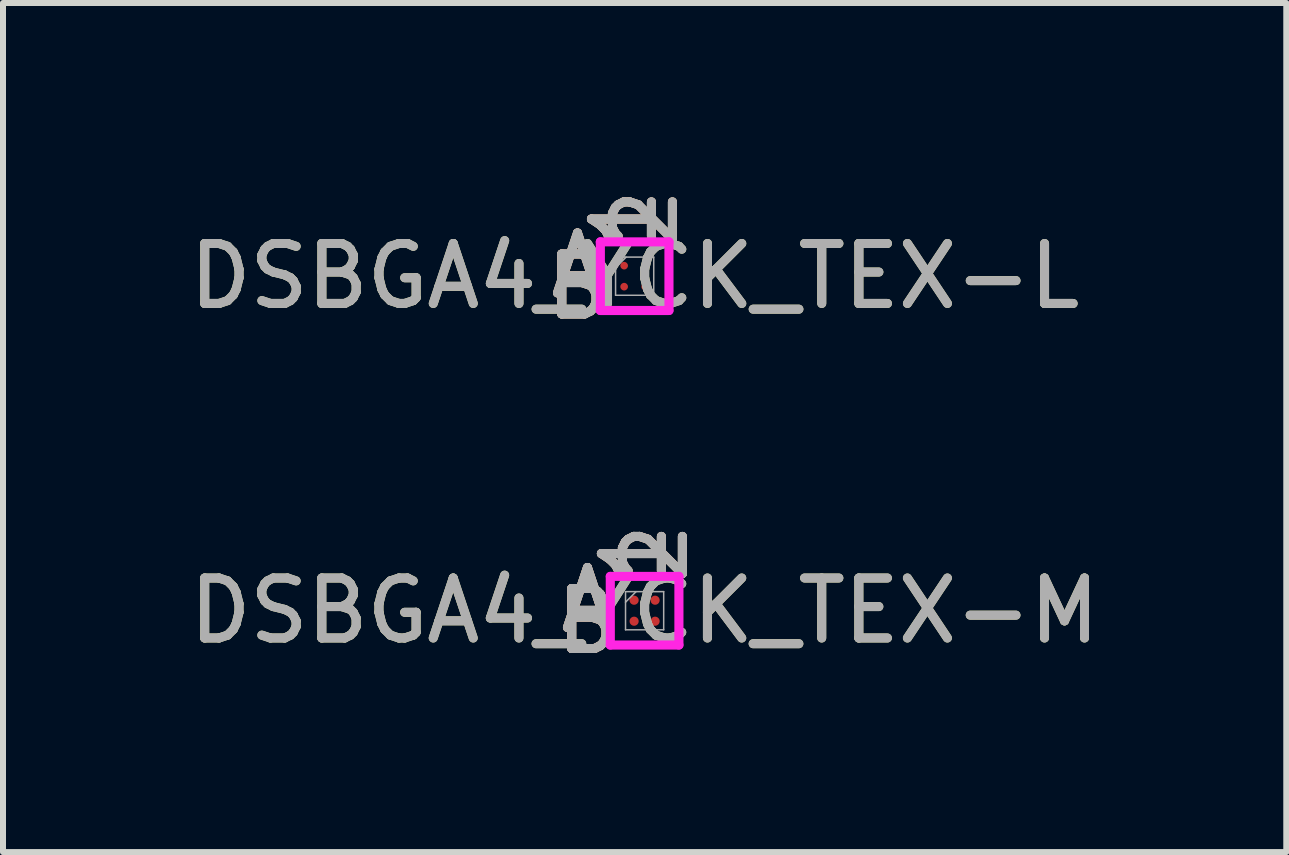
<source format=kicad_pcb>
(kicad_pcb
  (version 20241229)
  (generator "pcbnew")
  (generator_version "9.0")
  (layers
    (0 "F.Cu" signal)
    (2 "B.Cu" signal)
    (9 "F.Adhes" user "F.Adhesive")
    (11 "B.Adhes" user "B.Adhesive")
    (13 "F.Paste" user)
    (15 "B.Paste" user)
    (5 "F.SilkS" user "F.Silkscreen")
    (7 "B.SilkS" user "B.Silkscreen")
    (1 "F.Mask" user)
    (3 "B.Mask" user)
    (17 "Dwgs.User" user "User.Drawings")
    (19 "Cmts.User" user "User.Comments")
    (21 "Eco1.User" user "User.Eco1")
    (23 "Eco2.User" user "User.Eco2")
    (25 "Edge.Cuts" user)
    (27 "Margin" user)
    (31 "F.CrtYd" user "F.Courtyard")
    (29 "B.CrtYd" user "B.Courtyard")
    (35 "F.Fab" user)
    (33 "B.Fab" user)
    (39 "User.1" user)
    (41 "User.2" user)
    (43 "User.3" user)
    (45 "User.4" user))
  (footprint "DSBGA4_YCK_TEX-L"
    (layer "F.Cu")
    (at 7.53 1.554)
    (property "Reference" "DSBGA4_YCK_TEX-L" (at 0 0 0) (unlocked yes) (layer "F.SilkS") (effects (font (size 1 1) (thickness 0.15))))
    (attr smd)
    (fp_poly (pts (xy -0.794 -0.795) (xy 0.794 -0.795) (xy 0.794 0.795) (xy -0.794 0.795)) (stroke (width 0.1) (type solid)) (fill no) (layer "Eco2.User"))
    (fp_line (start -0.572 -0.572) (end 0.572 -0.572) (stroke (width 0.152) (type solid)) (layer "F.CrtYd"))
    (fp_line (start -0.572 0.572) (end -0.572 -0.572) (stroke (width 0.152) (type solid)) (layer "F.CrtYd"))
    (fp_line (start 0.572 -0.572) (end 0.572 0.572) (stroke (width 0.152) (type solid)) (layer "F.CrtYd"))
    (fp_line (start 0.572 0.572) (end -0.572 0.572) (stroke (width 0.152) (type solid)) (layer "F.CrtYd"))
    (fp_line (start -0.318 -0.318) (end -0.318 0.318) (stroke (width 0.025) (type solid)) (layer "F.Fab"))
    (fp_line (start -0.318 0.318) (end 0.318 0.318) (stroke (width 0.025) (type solid)) (layer "F.Fab"))
    (fp_line (start -0.142 -0.318) (end -0.318 -0.142) (stroke (width 0.025) (type solid)) (layer "F.Fab"))
    (fp_line (start 0.318 -0.318) (end -0.318 -0.318) (stroke (width 0.025) (type solid)) (layer "F.Fab"))
    (fp_line (start 0.318 0.318) (end 0.318 -0.318) (stroke (width 0.025) (type solid)) (layer "F.Fab"))
    (fp_text user "2" (at 0.175 -0.953 90) (unlocked yes) (layer "F.SilkS") (effects (font (size 1 1) (thickness 0.15))))
    (fp_text user "B" (at -0.953 0.175 0) (unlocked yes) (layer "F.SilkS") (effects (font (size 1 1) (thickness 0.15))))
    (fp_text user "1" (at -0.175 -0.953 90) (unlocked yes) (layer "F.SilkS") (effects (font (size 1 1) (thickness 0.15))))
    (fp_text user "A" (at -0.953 -0.175 0) (unlocked yes) (layer "F.SilkS") (effects (font (size 1 1) (thickness 0.15))))
    (fp_text user "A" (at -0.953 -0.175 0) (unlocked yes) (layer "B.SilkS") (effects (font (size 1 1) (thickness 0.15))))
    (fp_text user "2" (at 0.175 -0.953 90) (unlocked yes) (layer "B.SilkS") (effects (font (size 1 1) (thickness 0.15))))
    (fp_text user "1" (at -0.175 -0.953 90) (unlocked yes) (layer "B.SilkS") (effects (font (size 1 1) (thickness 0.15))))
    (fp_text user "B" (at -0.953 0.175 0) (unlocked yes) (layer "B.SilkS") (effects (font (size 1 1) (thickness 0.15))))
    (fp_text user "2" (at 0.175 -0.953 90) (unlocked yes) (layer "F.Fab") (effects (font (size 1 1) (thickness 0.15))))
    (fp_text user "A" (at -0.953 -0.175 0) (unlocked yes) (layer "F.Fab") (effects (font (size 1 1) (thickness 0.15))))
    (fp_text user "B" (at -0.953 0.175 0) (unlocked yes) (layer "F.Fab") (effects (font (size 1 1) (thickness 0.15))))
    (fp_text user "1" (at -0.175 -0.953 90) (unlocked yes) (layer "F.Fab") (effects (font (size 1 1) (thickness 0.15))))
    (fp_text user "${REFERENCE}" (at 0 0 0) (unlocked yes) (layer "F.Fab") (effects (font (size 1 1) (thickness 0.15))))
    (pad "A1" smd circle (at -0.175 -0.175) (size 0.127 0.127) (layers "F.Cu" "F.Mask" "F.Paste"))
    (pad "A2" smd circle (at 0.175 -0.175) (size 0.127 0.127) (layers "F.Cu" "F.Mask" "F.Paste"))
    (pad "B1" smd circle (at -0.175 0.175) (size 0.127 0.127) (layers "F.Cu" "F.Mask" "F.Paste"))
    (pad "B2" smd circle (at 0.175 0.175) (size 0.127 0.127) (layers "F.Cu" "F.Mask" "F.Paste")))
  (footprint "DSBGA4_YCK_TEX-M"
    (layer "F.Cu")
    (at 7.696 7.131)
    (property "Reference" "DSBGA4_YCK_TEX-M" (at 0 0 0) (unlocked yes) (layer "F.SilkS") (effects (font (size 1 1) (thickness 0.15))))
    (attr smd)
    (fp_poly (pts (xy -0.794 -0.795) (xy 0.794 -0.795) (xy 0.794 0.795) (xy -0.794 0.795)) (stroke (width 0.1) (type solid)) (fill no) (layer "Eco2.User"))
    (fp_line (start -0.572 -0.572) (end 0.572 -0.572) (stroke (width 0.152) (type solid)) (layer "F.CrtYd"))
    (fp_line (start -0.572 0.572) (end -0.572 -0.572) (stroke (width 0.152) (type solid)) (layer "F.CrtYd"))
    (fp_line (start 0.572 -0.572) (end 0.572 0.572) (stroke (width 0.152) (type solid)) (layer "F.CrtYd"))
    (fp_line (start 0.572 0.572) (end -0.572 0.572) (stroke (width 0.152) (type solid)) (layer "F.CrtYd"))
    (fp_line (start -0.318 -0.318) (end -0.318 0.318) (stroke (width 0.025) (type solid)) (layer "F.Fab"))
    (fp_line (start -0.318 0.318) (end 0.318 0.318) (stroke (width 0.025) (type solid)) (layer "F.Fab"))
    (fp_line (start -0.142 -0.318) (end -0.318 -0.142) (stroke (width 0.025) (type solid)) (layer "F.Fab"))
    (fp_line (start 0.318 -0.318) (end -0.318 -0.318) (stroke (width 0.025) (type solid)) (layer "F.Fab"))
    (fp_line (start 0.318 0.318) (end 0.318 -0.318) (stroke (width 0.025) (type solid)) (layer "F.Fab"))
    (fp_text user "A" (at -0.953 -0.175 0) (unlocked yes) (layer "F.SilkS") (effects (font (size 1 1) (thickness 0.15))))
    (fp_text user "1" (at -0.175 -0.953 90) (unlocked yes) (layer "F.SilkS") (effects (font (size 1 1) (thickness 0.15))))
    (fp_text user "B" (at -0.953 0.175 0) (unlocked yes) (layer "F.SilkS") (effects (font (size 1 1) (thickness 0.15))))
    (fp_text user "2" (at 0.175 -0.953 90) (unlocked yes) (layer "F.SilkS") (effects (font (size 1 1) (thickness 0.15))))
    (fp_text user "A" (at -0.953 -0.175 0) (unlocked yes) (layer "B.SilkS") (effects (font (size 1 1) (thickness 0.15))))
    (fp_text user "1" (at -0.175 -0.953 90) (unlocked yes) (layer "B.SilkS") (effects (font (size 1 1) (thickness 0.15))))
    (fp_text user "B" (at -0.953 0.175 0) (unlocked yes) (layer "B.SilkS") (effects (font (size 1 1) (thickness 0.15))))
    (fp_text user "2" (at 0.175 -0.953 90) (unlocked yes) (layer "B.SilkS") (effects (font (size 1 1) (thickness 0.15))))
    (fp_text user "${REFERENCE}" (at 0 0 0) (unlocked yes) (layer "F.Fab") (effects (font (size 1 1) (thickness 0.15))))
    (fp_text user "1" (at -0.175 -0.953 90) (unlocked yes) (layer "F.Fab") (effects (font (size 1 1) (thickness 0.15))))
    (fp_text user "A" (at -0.953 -0.175 0) (unlocked yes) (layer "F.Fab") (effects (font (size 1 1) (thickness 0.15))))
    (fp_text user "2" (at 0.175 -0.953 90) (unlocked yes) (layer "F.Fab") (effects (font (size 1 1) (thickness 0.15))))
    (fp_text user "B" (at -0.953 0.175 0) (unlocked yes) (layer "F.Fab") (effects (font (size 1 1) (thickness 0.15))))
    (pad "A1" smd circle (at -0.175 -0.175) (size 0.152 0.152) (layers "F.Cu" "F.Mask" "F.Paste"))
    (pad "A2" smd circle (at 0.175 -0.175) (size 0.152 0.152) (layers "F.Cu" "F.Mask" "F.Paste"))
    (pad "B1" smd circle (at -0.175 0.175) (size 0.152 0.152) (layers "F.Cu" "F.Mask" "F.Paste"))
    (pad "B2" smd circle (at 0.175 0.175) (size 0.152 0.152) (layers "F.Cu" "F.Mask" "F.Paste")))
  (gr_rect
    (start -3 -3)
    (end 18.393 11.154)
    (stroke (width 0.1) (type default))
    (fill no)
    (layer "Edge.Cuts")))
</source>
